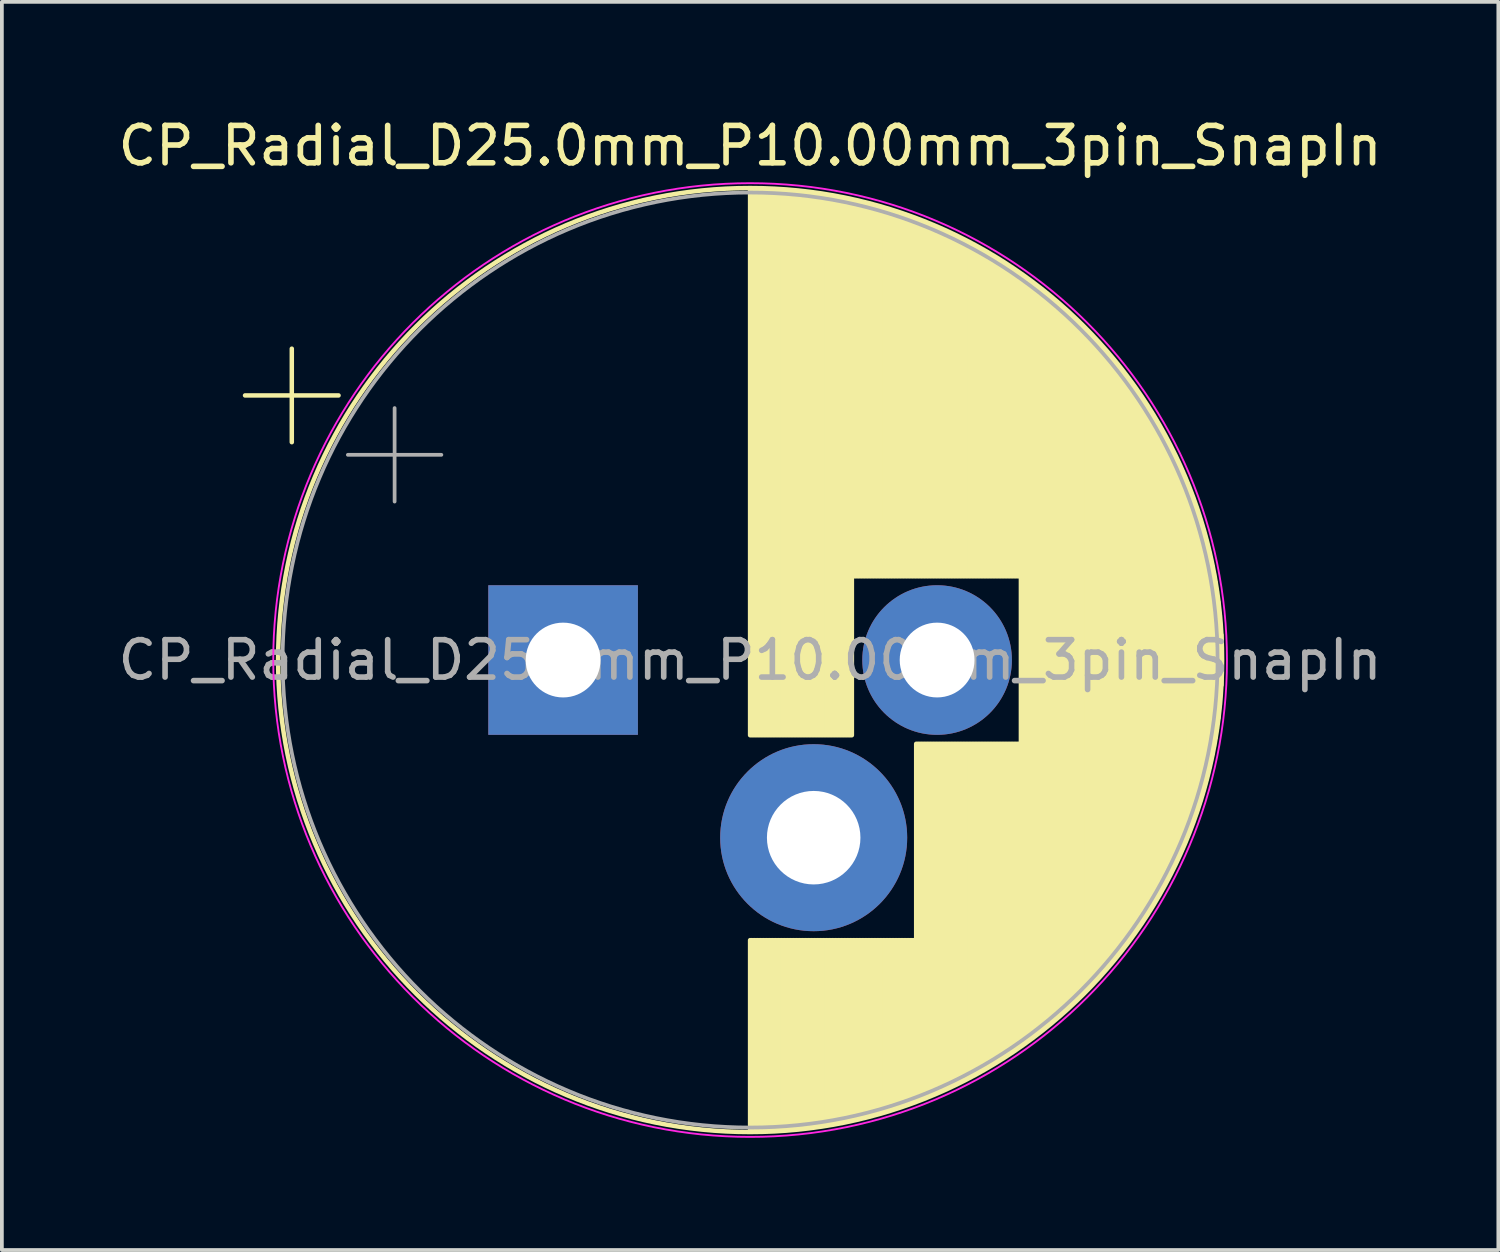
<source format=kicad_pcb>
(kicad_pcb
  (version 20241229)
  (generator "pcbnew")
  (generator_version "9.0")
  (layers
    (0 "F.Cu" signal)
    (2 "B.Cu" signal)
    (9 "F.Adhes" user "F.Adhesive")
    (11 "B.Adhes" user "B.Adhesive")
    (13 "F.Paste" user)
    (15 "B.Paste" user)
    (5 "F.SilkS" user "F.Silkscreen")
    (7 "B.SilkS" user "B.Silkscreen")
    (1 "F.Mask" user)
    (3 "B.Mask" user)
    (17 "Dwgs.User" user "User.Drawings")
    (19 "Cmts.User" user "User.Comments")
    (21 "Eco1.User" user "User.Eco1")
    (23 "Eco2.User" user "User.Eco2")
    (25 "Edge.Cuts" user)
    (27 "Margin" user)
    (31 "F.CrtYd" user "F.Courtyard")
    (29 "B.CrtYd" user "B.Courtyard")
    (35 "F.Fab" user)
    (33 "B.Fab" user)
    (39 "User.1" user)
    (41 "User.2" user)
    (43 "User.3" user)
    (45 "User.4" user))
  (footprint "CP_Radial_D25.0mm_P10.00mm_3pin_SnapIn"
    (layer "F.Cu")
    (at 12.006 14.598)
    (property "Reference" "CP_Radial_D25.0mm_P10.00mm_3pin_SnapIn" (at 5 -13.75 0) (layer "F.SilkS") (effects (font (size 1 1) (thickness 0.15))))
    (attr through_hole)
    (fp_line (start -8.504 -7.075) (end -6.004 -7.075) (stroke (width 0.12) (type solid)) (layer "F.SilkS"))
    (fp_line (start -7.254 -8.325) (end -7.254 -5.825) (stroke (width 0.12) (type solid)) (layer "F.SilkS"))
    (fp_line (start 5 -12.581) (end 5 2.01) (stroke (width 0.12) (type solid)) (layer "F.SilkS"))
    (fp_line (start 5 7.49) (end 5 12.581) (stroke (width 0.12) (type solid)) (layer "F.SilkS"))
    (fp_line (start 5.04 -12.58) (end 5.04 2.01) (stroke (width 0.12) (type solid)) (layer "F.SilkS"))
    (fp_line (start 5.04 7.49) (end 5.04 12.58) (stroke (width 0.12) (type solid)) (layer "F.SilkS"))
    (fp_line (start 5.08 -12.58) (end 5.08 2.01) (stroke (width 0.12) (type solid)) (layer "F.SilkS"))
    (fp_line (start 5.08 7.49) (end 5.08 12.58) (stroke (width 0.12) (type solid)) (layer "F.SilkS"))
    (fp_line (start 5.12 -12.58) (end 5.12 2.01) (stroke (width 0.12) (type solid)) (layer "F.SilkS"))
    (fp_line (start 5.12 7.49) (end 5.12 12.58) (stroke (width 0.12) (type solid)) (layer "F.SilkS"))
    (fp_line (start 5.16 -12.579) (end 5.16 2.01) (stroke (width 0.12) (type solid)) (layer "F.SilkS"))
    (fp_line (start 5.16 7.49) (end 5.16 12.579) (stroke (width 0.12) (type solid)) (layer "F.SilkS"))
    (fp_line (start 5.2 -12.579) (end 5.2 2.01) (stroke (width 0.12) (type solid)) (layer "F.SilkS"))
    (fp_line (start 5.2 7.49) (end 5.2 12.579) (stroke (width 0.12) (type solid)) (layer "F.SilkS"))
    (fp_line (start 5.24 -12.578) (end 5.24 2.01) (stroke (width 0.12) (type solid)) (layer "F.SilkS"))
    (fp_line (start 5.24 7.49) (end 5.24 12.578) (stroke (width 0.12) (type solid)) (layer "F.SilkS"))
    (fp_line (start 5.28 -12.577) (end 5.28 2.01) (stroke (width 0.12) (type solid)) (layer "F.SilkS"))
    (fp_line (start 5.28 7.49) (end 5.28 12.577) (stroke (width 0.12) (type solid)) (layer "F.SilkS"))
    (fp_line (start 5.32 -12.576) (end 5.32 2.01) (stroke (width 0.12) (type solid)) (layer "F.SilkS"))
    (fp_line (start 5.32 7.49) (end 5.32 12.576) (stroke (width 0.12) (type solid)) (layer "F.SilkS"))
    (fp_line (start 5.36 -12.575) (end 5.36 2.01) (stroke (width 0.12) (type solid)) (layer "F.SilkS"))
    (fp_line (start 5.36 7.49) (end 5.36 12.575) (stroke (width 0.12) (type solid)) (layer "F.SilkS"))
    (fp_line (start 5.4 -12.574) (end 5.4 2.01) (stroke (width 0.12) (type solid)) (layer "F.SilkS"))
    (fp_line (start 5.4 7.49) (end 5.4 12.574) (stroke (width 0.12) (type solid)) (layer "F.SilkS"))
    (fp_line (start 5.44 -12.573) (end 5.44 2.01) (stroke (width 0.12) (type solid)) (layer "F.SilkS"))
    (fp_line (start 5.44 7.49) (end 5.44 12.573) (stroke (width 0.12) (type solid)) (layer "F.SilkS"))
    (fp_line (start 5.48 -12.571) (end 5.48 2.01) (stroke (width 0.12) (type solid)) (layer "F.SilkS"))
    (fp_line (start 5.48 7.49) (end 5.48 12.571) (stroke (width 0.12) (type solid)) (layer "F.SilkS"))
    (fp_line (start 5.52 -12.57) (end 5.52 2.01) (stroke (width 0.12) (type solid)) (layer "F.SilkS"))
    (fp_line (start 5.52 7.49) (end 5.52 12.57) (stroke (width 0.12) (type solid)) (layer "F.SilkS"))
    (fp_line (start 5.56 -12.568) (end 5.56 2.01) (stroke (width 0.12) (type solid)) (layer "F.SilkS"))
    (fp_line (start 5.56 7.49) (end 5.56 12.568) (stroke (width 0.12) (type solid)) (layer "F.SilkS"))
    (fp_line (start 5.6 -12.566) (end 5.6 2.01) (stroke (width 0.12) (type solid)) (layer "F.SilkS"))
    (fp_line (start 5.6 7.49) (end 5.6 12.566) (stroke (width 0.12) (type solid)) (layer "F.SilkS"))
    (fp_line (start 5.64 -12.564) (end 5.64 2.01) (stroke (width 0.12) (type solid)) (layer "F.SilkS"))
    (fp_line (start 5.64 7.49) (end 5.64 12.564) (stroke (width 0.12) (type solid)) (layer "F.SilkS"))
    (fp_line (start 5.68 -12.562) (end 5.68 2.01) (stroke (width 0.12) (type solid)) (layer "F.SilkS"))
    (fp_line (start 5.68 7.49) (end 5.68 12.562) (stroke (width 0.12) (type solid)) (layer "F.SilkS"))
    (fp_line (start 5.721 -12.56) (end 5.721 2.01) (stroke (width 0.12) (type solid)) (layer "F.SilkS"))
    (fp_line (start 5.721 7.49) (end 5.721 12.56) (stroke (width 0.12) (type solid)) (layer "F.SilkS"))
    (fp_line (start 5.761 -12.558) (end 5.761 2.01) (stroke (width 0.12) (type solid)) (layer "F.SilkS"))
    (fp_line (start 5.761 7.49) (end 5.761 12.558) (stroke (width 0.12) (type solid)) (layer "F.SilkS"))
    (fp_line (start 5.801 -12.555) (end 5.801 2.01) (stroke (width 0.12) (type solid)) (layer "F.SilkS"))
    (fp_line (start 5.801 7.49) (end 5.801 12.555) (stroke (width 0.12) (type solid)) (layer "F.SilkS"))
    (fp_line (start 5.841 -12.553) (end 5.841 2.01) (stroke (width 0.12) (type solid)) (layer "F.SilkS"))
    (fp_line (start 5.841 7.49) (end 5.841 12.553) (stroke (width 0.12) (type solid)) (layer "F.SilkS"))
    (fp_line (start 5.881 -12.55) (end 5.881 2.01) (stroke (width 0.12) (type solid)) (layer "F.SilkS"))
    (fp_line (start 5.881 7.49) (end 5.881 12.55) (stroke (width 0.12) (type solid)) (layer "F.SilkS"))
    (fp_line (start 5.921 -12.547) (end 5.921 2.01) (stroke (width 0.12) (type solid)) (layer "F.SilkS"))
    (fp_line (start 5.921 7.49) (end 5.921 12.547) (stroke (width 0.12) (type solid)) (layer "F.SilkS"))
    (fp_line (start 5.961 -12.544) (end 5.961 2.01) (stroke (width 0.12) (type solid)) (layer "F.SilkS"))
    (fp_line (start 5.961 7.49) (end 5.961 12.544) (stroke (width 0.12) (type solid)) (layer "F.SilkS"))
    (fp_line (start 6.001 -12.541) (end 6.001 2.01) (stroke (width 0.12) (type solid)) (layer "F.SilkS"))
    (fp_line (start 6.001 7.49) (end 6.001 12.541) (stroke (width 0.12) (type solid)) (layer "F.SilkS"))
    (fp_line (start 6.041 -12.538) (end 6.041 2.01) (stroke (width 0.12) (type solid)) (layer "F.SilkS"))
    (fp_line (start 6.041 7.49) (end 6.041 12.538) (stroke (width 0.12) (type solid)) (layer "F.SilkS"))
    (fp_line (start 6.081 -12.534) (end 6.081 2.01) (stroke (width 0.12) (type solid)) (layer "F.SilkS"))
    (fp_line (start 6.081 7.49) (end 6.081 12.534) (stroke (width 0.12) (type solid)) (layer "F.SilkS"))
    (fp_line (start 6.121 -12.531) (end 6.121 2.01) (stroke (width 0.12) (type solid)) (layer "F.SilkS"))
    (fp_line (start 6.121 7.49) (end 6.121 12.531) (stroke (width 0.12) (type solid)) (layer "F.SilkS"))
    (fp_line (start 6.161 -12.527) (end 6.161 2.01) (stroke (width 0.12) (type solid)) (layer "F.SilkS"))
    (fp_line (start 6.161 7.49) (end 6.161 12.527) (stroke (width 0.12) (type solid)) (layer "F.SilkS"))
    (fp_line (start 6.201 -12.523) (end 6.201 2.01) (stroke (width 0.12) (type solid)) (layer "F.SilkS"))
    (fp_line (start 6.201 7.49) (end 6.201 12.523) (stroke (width 0.12) (type solid)) (layer "F.SilkS"))
    (fp_line (start 6.241 -12.519) (end 6.241 2.01) (stroke (width 0.12) (type solid)) (layer "F.SilkS"))
    (fp_line (start 6.241 7.49) (end 6.241 12.519) (stroke (width 0.12) (type solid)) (layer "F.SilkS"))
    (fp_line (start 6.281 -12.515) (end 6.281 2.01) (stroke (width 0.12) (type solid)) (layer "F.SilkS"))
    (fp_line (start 6.281 7.49) (end 6.281 12.515) (stroke (width 0.12) (type solid)) (layer "F.SilkS"))
    (fp_line (start 6.321 -12.511) (end 6.321 2.01) (stroke (width 0.12) (type solid)) (layer "F.SilkS"))
    (fp_line (start 6.321 7.49) (end 6.321 12.511) (stroke (width 0.12) (type solid)) (layer "F.SilkS"))
    (fp_line (start 6.361 -12.507) (end 6.361 2.01) (stroke (width 0.12) (type solid)) (layer "F.SilkS"))
    (fp_line (start 6.361 7.49) (end 6.361 12.507) (stroke (width 0.12) (type solid)) (layer "F.SilkS"))
    (fp_line (start 6.401 -12.503) (end 6.401 2.01) (stroke (width 0.12) (type solid)) (layer "F.SilkS"))
    (fp_line (start 6.401 7.49) (end 6.401 12.503) (stroke (width 0.12) (type solid)) (layer "F.SilkS"))
    (fp_line (start 6.441 -12.498) (end 6.441 2.01) (stroke (width 0.12) (type solid)) (layer "F.SilkS"))
    (fp_line (start 6.441 7.49) (end 6.441 12.498) (stroke (width 0.12) (type solid)) (layer "F.SilkS"))
    (fp_line (start 6.481 -12.493) (end 6.481 2.01) (stroke (width 0.12) (type solid)) (layer "F.SilkS"))
    (fp_line (start 6.481 7.49) (end 6.481 12.493) (stroke (width 0.12) (type solid)) (layer "F.SilkS"))
    (fp_line (start 6.521 -12.489) (end 6.521 2.01) (stroke (width 0.12) (type solid)) (layer "F.SilkS"))
    (fp_line (start 6.521 7.49) (end 6.521 12.489) (stroke (width 0.12) (type solid)) (layer "F.SilkS"))
    (fp_line (start 6.561 -12.484) (end 6.561 2.01) (stroke (width 0.12) (type solid)) (layer "F.SilkS"))
    (fp_line (start 6.561 7.49) (end 6.561 12.484) (stroke (width 0.12) (type solid)) (layer "F.SilkS"))
    (fp_line (start 6.601 -12.479) (end 6.601 2.01) (stroke (width 0.12) (type solid)) (layer "F.SilkS"))
    (fp_line (start 6.601 7.49) (end 6.601 12.479) (stroke (width 0.12) (type solid)) (layer "F.SilkS"))
    (fp_line (start 6.641 -12.473) (end 6.641 2.01) (stroke (width 0.12) (type solid)) (layer "F.SilkS"))
    (fp_line (start 6.641 7.49) (end 6.641 12.473) (stroke (width 0.12) (type solid)) (layer "F.SilkS"))
    (fp_line (start 6.681 -12.468) (end 6.681 2.01) (stroke (width 0.12) (type solid)) (layer "F.SilkS"))
    (fp_line (start 6.681 7.49) (end 6.681 12.468) (stroke (width 0.12) (type solid)) (layer "F.SilkS"))
    (fp_line (start 6.721 -12.463) (end 6.721 2.01) (stroke (width 0.12) (type solid)) (layer "F.SilkS"))
    (fp_line (start 6.721 7.49) (end 6.721 12.463) (stroke (width 0.12) (type solid)) (layer "F.SilkS"))
    (fp_line (start 6.761 -12.457) (end 6.761 2.01) (stroke (width 0.12) (type solid)) (layer "F.SilkS"))
    (fp_line (start 6.761 7.49) (end 6.761 12.457) (stroke (width 0.12) (type solid)) (layer "F.SilkS"))
    (fp_line (start 6.801 -12.451) (end 6.801 2.01) (stroke (width 0.12) (type solid)) (layer "F.SilkS"))
    (fp_line (start 6.801 7.49) (end 6.801 12.451) (stroke (width 0.12) (type solid)) (layer "F.SilkS"))
    (fp_line (start 6.841 -12.446) (end 6.841 2.01) (stroke (width 0.12) (type solid)) (layer "F.SilkS"))
    (fp_line (start 6.841 7.49) (end 6.841 12.446) (stroke (width 0.12) (type solid)) (layer "F.SilkS"))
    (fp_line (start 6.881 -12.44) (end 6.881 2.01) (stroke (width 0.12) (type solid)) (layer "F.SilkS"))
    (fp_line (start 6.881 7.49) (end 6.881 12.44) (stroke (width 0.12) (type solid)) (layer "F.SilkS"))
    (fp_line (start 6.921 -12.434) (end 6.921 2.01) (stroke (width 0.12) (type solid)) (layer "F.SilkS"))
    (fp_line (start 6.921 7.49) (end 6.921 12.434) (stroke (width 0.12) (type solid)) (layer "F.SilkS"))
    (fp_line (start 6.961 -12.427) (end 6.961 2.01) (stroke (width 0.12) (type solid)) (layer "F.SilkS"))
    (fp_line (start 6.961 7.49) (end 6.961 12.427) (stroke (width 0.12) (type solid)) (layer "F.SilkS"))
    (fp_line (start 7.001 -12.421) (end 7.001 2.01) (stroke (width 0.12) (type solid)) (layer "F.SilkS"))
    (fp_line (start 7.001 7.49) (end 7.001 12.421) (stroke (width 0.12) (type solid)) (layer "F.SilkS"))
    (fp_line (start 7.041 -12.415) (end 7.041 2.01) (stroke (width 0.12) (type solid)) (layer "F.SilkS"))
    (fp_line (start 7.041 7.49) (end 7.041 12.415) (stroke (width 0.12) (type solid)) (layer "F.SilkS"))
    (fp_line (start 7.081 -12.408) (end 7.081 2.01) (stroke (width 0.12) (type solid)) (layer "F.SilkS"))
    (fp_line (start 7.081 7.49) (end 7.081 12.408) (stroke (width 0.12) (type solid)) (layer "F.SilkS"))
    (fp_line (start 7.121 -12.401) (end 7.121 2.01) (stroke (width 0.12) (type solid)) (layer "F.SilkS"))
    (fp_line (start 7.121 7.49) (end 7.121 12.401) (stroke (width 0.12) (type solid)) (layer "F.SilkS"))
    (fp_line (start 7.161 -12.394) (end 7.161 2.01) (stroke (width 0.12) (type solid)) (layer "F.SilkS"))
    (fp_line (start 7.161 7.49) (end 7.161 12.394) (stroke (width 0.12) (type solid)) (layer "F.SilkS"))
    (fp_line (start 7.201 -12.387) (end 7.201 2.01) (stroke (width 0.12) (type solid)) (layer "F.SilkS"))
    (fp_line (start 7.201 7.49) (end 7.201 12.387) (stroke (width 0.12) (type solid)) (layer "F.SilkS"))
    (fp_line (start 7.241 -12.38) (end 7.241 2.01) (stroke (width 0.12) (type solid)) (layer "F.SilkS"))
    (fp_line (start 7.241 7.49) (end 7.241 12.38) (stroke (width 0.12) (type solid)) (layer "F.SilkS"))
    (fp_line (start 7.281 -12.373) (end 7.281 2.01) (stroke (width 0.12) (type solid)) (layer "F.SilkS"))
    (fp_line (start 7.281 7.49) (end 7.281 12.373) (stroke (width 0.12) (type solid)) (layer "F.SilkS"))
    (fp_line (start 7.321 -12.365) (end 7.321 2.01) (stroke (width 0.12) (type solid)) (layer "F.SilkS"))
    (fp_line (start 7.321 7.49) (end 7.321 12.365) (stroke (width 0.12) (type solid)) (layer "F.SilkS"))
    (fp_line (start 7.361 -12.358) (end 7.361 2.01) (stroke (width 0.12) (type solid)) (layer "F.SilkS"))
    (fp_line (start 7.361 7.49) (end 7.361 12.358) (stroke (width 0.12) (type solid)) (layer "F.SilkS"))
    (fp_line (start 7.401 -12.35) (end 7.401 2.01) (stroke (width 0.12) (type solid)) (layer "F.SilkS"))
    (fp_line (start 7.401 7.49) (end 7.401 12.35) (stroke (width 0.12) (type solid)) (layer "F.SilkS"))
    (fp_line (start 7.441 -12.342) (end 7.441 2.01) (stroke (width 0.12) (type solid)) (layer "F.SilkS"))
    (fp_line (start 7.441 7.49) (end 7.441 12.342) (stroke (width 0.12) (type solid)) (layer "F.SilkS"))
    (fp_line (start 7.481 -12.334) (end 7.481 2.01) (stroke (width 0.12) (type solid)) (layer "F.SilkS"))
    (fp_line (start 7.481 7.49) (end 7.481 12.334) (stroke (width 0.12) (type solid)) (layer "F.SilkS"))
    (fp_line (start 7.521 -12.326) (end 7.521 2.01) (stroke (width 0.12) (type solid)) (layer "F.SilkS"))
    (fp_line (start 7.521 7.49) (end 7.521 12.326) (stroke (width 0.12) (type solid)) (layer "F.SilkS"))
    (fp_line (start 7.561 -12.318) (end 7.561 2.01) (stroke (width 0.12) (type solid)) (layer "F.SilkS"))
    (fp_line (start 7.561 7.49) (end 7.561 12.318) (stroke (width 0.12) (type solid)) (layer "F.SilkS"))
    (fp_line (start 7.601 -12.31) (end 7.601 2.01) (stroke (width 0.12) (type solid)) (layer "F.SilkS"))
    (fp_line (start 7.601 7.49) (end 7.601 12.31) (stroke (width 0.12) (type solid)) (layer "F.SilkS"))
    (fp_line (start 7.641 -12.301) (end 7.641 2.01) (stroke (width 0.12) (type solid)) (layer "F.SilkS"))
    (fp_line (start 7.641 7.49) (end 7.641 12.301) (stroke (width 0.12) (type solid)) (layer "F.SilkS"))
    (fp_line (start 7.681 -12.293) (end 7.681 2.01) (stroke (width 0.12) (type solid)) (layer "F.SilkS"))
    (fp_line (start 7.681 7.49) (end 7.681 12.293) (stroke (width 0.12) (type solid)) (layer "F.SilkS"))
    (fp_line (start 7.721 -12.284) (end 7.721 2.01) (stroke (width 0.12) (type solid)) (layer "F.SilkS"))
    (fp_line (start 7.721 7.49) (end 7.721 12.284) (stroke (width 0.12) (type solid)) (layer "F.SilkS"))
    (fp_line (start 7.761 -12.275) (end 7.761 -2.24) (stroke (width 0.12) (type solid)) (layer "F.SilkS"))
    (fp_line (start 7.761 7.49) (end 7.761 12.275) (stroke (width 0.12) (type solid)) (layer "F.SilkS"))
    (fp_line (start 7.801 -12.266) (end 7.801 -2.24) (stroke (width 0.12) (type solid)) (layer "F.SilkS"))
    (fp_line (start 7.801 7.49) (end 7.801 12.266) (stroke (width 0.12) (type solid)) (layer "F.SilkS"))
    (fp_line (start 7.841 -12.257) (end 7.841 -2.24) (stroke (width 0.12) (type solid)) (layer "F.SilkS"))
    (fp_line (start 7.841 7.49) (end 7.841 12.257) (stroke (width 0.12) (type solid)) (layer "F.SilkS"))
    (fp_line (start 7.881 -12.247) (end 7.881 -2.24) (stroke (width 0.12) (type solid)) (layer "F.SilkS"))
    (fp_line (start 7.881 7.49) (end 7.881 12.247) (stroke (width 0.12) (type solid)) (layer "F.SilkS"))
    (fp_line (start 7.921 -12.238) (end 7.921 -2.24) (stroke (width 0.12) (type solid)) (layer "F.SilkS"))
    (fp_line (start 7.921 7.49) (end 7.921 12.238) (stroke (width 0.12) (type solid)) (layer "F.SilkS"))
    (fp_line (start 7.961 -12.228) (end 7.961 -2.24) (stroke (width 0.12) (type solid)) (layer "F.SilkS"))
    (fp_line (start 7.961 7.49) (end 7.961 12.228) (stroke (width 0.12) (type solid)) (layer "F.SilkS"))
    (fp_line (start 8.001 -12.219) (end 8.001 -2.24) (stroke (width 0.12) (type solid)) (layer "F.SilkS"))
    (fp_line (start 8.001 7.49) (end 8.001 12.219) (stroke (width 0.12) (type solid)) (layer "F.SilkS"))
    (fp_line (start 8.041 -12.209) (end 8.041 -2.24) (stroke (width 0.12) (type solid)) (layer "F.SilkS"))
    (fp_line (start 8.041 7.49) (end 8.041 12.209) (stroke (width 0.12) (type solid)) (layer "F.SilkS"))
    (fp_line (start 8.081 -12.199) (end 8.081 -2.24) (stroke (width 0.12) (type solid)) (layer "F.SilkS"))
    (fp_line (start 8.081 7.49) (end 8.081 12.199) (stroke (width 0.12) (type solid)) (layer "F.SilkS"))
    (fp_line (start 8.121 -12.189) (end 8.121 -2.24) (stroke (width 0.12) (type solid)) (layer "F.SilkS"))
    (fp_line (start 8.121 7.49) (end 8.121 12.189) (stroke (width 0.12) (type solid)) (layer "F.SilkS"))
    (fp_line (start 8.161 -12.178) (end 8.161 -2.24) (stroke (width 0.12) (type solid)) (layer "F.SilkS"))
    (fp_line (start 8.161 7.49) (end 8.161 12.178) (stroke (width 0.12) (type solid)) (layer "F.SilkS"))
    (fp_line (start 8.201 -12.168) (end 8.201 -2.24) (stroke (width 0.12) (type solid)) (layer "F.SilkS"))
    (fp_line (start 8.201 7.49) (end 8.201 12.168) (stroke (width 0.12) (type solid)) (layer "F.SilkS"))
    (fp_line (start 8.241 -12.157) (end 8.241 -2.24) (stroke (width 0.12) (type solid)) (layer "F.SilkS"))
    (fp_line (start 8.241 7.49) (end 8.241 12.157) (stroke (width 0.12) (type solid)) (layer "F.SilkS"))
    (fp_line (start 8.281 -12.147) (end 8.281 -2.24) (stroke (width 0.12) (type solid)) (layer "F.SilkS"))
    (fp_line (start 8.281 7.49) (end 8.281 12.147) (stroke (width 0.12) (type solid)) (layer "F.SilkS"))
    (fp_line (start 8.321 -12.136) (end 8.321 -2.24) (stroke (width 0.12) (type solid)) (layer "F.SilkS"))
    (fp_line (start 8.321 7.49) (end 8.321 12.136) (stroke (width 0.12) (type solid)) (layer "F.SilkS"))
    (fp_line (start 8.361 -12.125) (end 8.361 -2.24) (stroke (width 0.12) (type solid)) (layer "F.SilkS"))
    (fp_line (start 8.361 7.49) (end 8.361 12.125) (stroke (width 0.12) (type solid)) (layer "F.SilkS"))
    (fp_line (start 8.401 -12.114) (end 8.401 -2.24) (stroke (width 0.12) (type solid)) (layer "F.SilkS"))
    (fp_line (start 8.401 7.49) (end 8.401 12.114) (stroke (width 0.12) (type solid)) (layer "F.SilkS"))
    (fp_line (start 8.441 -12.103) (end 8.441 -2.24) (stroke (width 0.12) (type solid)) (layer "F.SilkS"))
    (fp_line (start 8.441 7.49) (end 8.441 12.103) (stroke (width 0.12) (type solid)) (layer "F.SilkS"))
    (fp_line (start 8.481 -12.091) (end 8.481 -2.24) (stroke (width 0.12) (type solid)) (layer "F.SilkS"))
    (fp_line (start 8.481 7.49) (end 8.481 12.091) (stroke (width 0.12) (type solid)) (layer "F.SilkS"))
    (fp_line (start 8.521 -12.08) (end 8.521 -2.24) (stroke (width 0.12) (type solid)) (layer "F.SilkS"))
    (fp_line (start 8.521 7.49) (end 8.521 12.08) (stroke (width 0.12) (type solid)) (layer "F.SilkS"))
    (fp_line (start 8.561 -12.068) (end 8.561 -2.24) (stroke (width 0.12) (type solid)) (layer "F.SilkS"))
    (fp_line (start 8.561 7.49) (end 8.561 12.068) (stroke (width 0.12) (type solid)) (layer "F.SilkS"))
    (fp_line (start 8.601 -12.056) (end 8.601 -2.24) (stroke (width 0.12) (type solid)) (layer "F.SilkS"))
    (fp_line (start 8.601 7.49) (end 8.601 12.056) (stroke (width 0.12) (type solid)) (layer "F.SilkS"))
    (fp_line (start 8.641 -12.044) (end 8.641 -2.24) (stroke (width 0.12) (type solid)) (layer "F.SilkS"))
    (fp_line (start 8.641 7.49) (end 8.641 12.044) (stroke (width 0.12) (type solid)) (layer "F.SilkS"))
    (fp_line (start 8.681 -12.032) (end 8.681 -2.24) (stroke (width 0.12) (type solid)) (layer "F.SilkS"))
    (fp_line (start 8.681 7.49) (end 8.681 12.032) (stroke (width 0.12) (type solid)) (layer "F.SilkS"))
    (fp_line (start 8.721 -12.02) (end 8.721 -2.24) (stroke (width 0.12) (type solid)) (layer "F.SilkS"))
    (fp_line (start 8.721 7.49) (end 8.721 12.02) (stroke (width 0.12) (type solid)) (layer "F.SilkS"))
    (fp_line (start 8.761 -12.007) (end 8.761 -2.24) (stroke (width 0.12) (type solid)) (layer "F.SilkS"))
    (fp_line (start 8.761 7.49) (end 8.761 12.007) (stroke (width 0.12) (type solid)) (layer "F.SilkS"))
    (fp_line (start 8.801 -11.995) (end 8.801 -2.24) (stroke (width 0.12) (type solid)) (layer "F.SilkS"))
    (fp_line (start 8.801 7.49) (end 8.801 11.995) (stroke (width 0.12) (type solid)) (layer "F.SilkS"))
    (fp_line (start 8.841 -11.982) (end 8.841 -2.24) (stroke (width 0.12) (type solid)) (layer "F.SilkS"))
    (fp_line (start 8.841 7.49) (end 8.841 11.982) (stroke (width 0.12) (type solid)) (layer "F.SilkS"))
    (fp_line (start 8.881 -11.969) (end 8.881 -2.24) (stroke (width 0.12) (type solid)) (layer "F.SilkS"))
    (fp_line (start 8.881 7.49) (end 8.881 11.969) (stroke (width 0.12) (type solid)) (layer "F.SilkS"))
    (fp_line (start 8.921 -11.956) (end 8.921 -2.24) (stroke (width 0.12) (type solid)) (layer "F.SilkS"))
    (fp_line (start 8.921 7.49) (end 8.921 11.956) (stroke (width 0.12) (type solid)) (layer "F.SilkS"))
    (fp_line (start 8.961 -11.943) (end 8.961 -2.24) (stroke (width 0.12) (type solid)) (layer "F.SilkS"))
    (fp_line (start 8.961 7.49) (end 8.961 11.943) (stroke (width 0.12) (type solid)) (layer "F.SilkS"))
    (fp_line (start 9.001 -11.93) (end 9.001 -2.24) (stroke (width 0.12) (type solid)) (layer "F.SilkS"))
    (fp_line (start 9.001 7.49) (end 9.001 11.93) (stroke (width 0.12) (type solid)) (layer "F.SilkS"))
    (fp_line (start 9.041 -11.916) (end 9.041 -2.24) (stroke (width 0.12) (type solid)) (layer "F.SilkS"))
    (fp_line (start 9.041 7.49) (end 9.041 11.916) (stroke (width 0.12) (type solid)) (layer "F.SilkS"))
    (fp_line (start 9.081 -11.903) (end 9.081 -2.24) (stroke (width 0.12) (type solid)) (layer "F.SilkS"))
    (fp_line (start 9.081 7.49) (end 9.081 11.903) (stroke (width 0.12) (type solid)) (layer "F.SilkS"))
    (fp_line (start 9.121 -11.889) (end 9.121 -2.24) (stroke (width 0.12) (type solid)) (layer "F.SilkS"))
    (fp_line (start 9.121 7.49) (end 9.121 11.889) (stroke (width 0.12) (type solid)) (layer "F.SilkS"))
    (fp_line (start 9.161 -11.875) (end 9.161 -2.24) (stroke (width 0.12) (type solid)) (layer "F.SilkS"))
    (fp_line (start 9.161 7.49) (end 9.161 11.875) (stroke (width 0.12) (type solid)) (layer "F.SilkS"))
    (fp_line (start 9.201 -11.861) (end 9.201 -2.24) (stroke (width 0.12) (type solid)) (layer "F.SilkS"))
    (fp_line (start 9.201 7.49) (end 9.201 11.861) (stroke (width 0.12) (type solid)) (layer "F.SilkS"))
    (fp_line (start 9.241 -11.847) (end 9.241 -2.24) (stroke (width 0.12) (type solid)) (layer "F.SilkS"))
    (fp_line (start 9.241 7.49) (end 9.241 11.847) (stroke (width 0.12) (type solid)) (layer "F.SilkS"))
    (fp_line (start 9.281 -11.833) (end 9.281 -2.24) (stroke (width 0.12) (type solid)) (layer "F.SilkS"))
    (fp_line (start 9.281 7.49) (end 9.281 11.833) (stroke (width 0.12) (type solid)) (layer "F.SilkS"))
    (fp_line (start 9.321 -11.818) (end 9.321 -2.24) (stroke (width 0.12) (type solid)) (layer "F.SilkS"))
    (fp_line (start 9.321 7.49) (end 9.321 11.818) (stroke (width 0.12) (type solid)) (layer "F.SilkS"))
    (fp_line (start 9.361 -11.803) (end 9.361 -2.24) (stroke (width 0.12) (type solid)) (layer "F.SilkS"))
    (fp_line (start 9.361 7.49) (end 9.361 11.803) (stroke (width 0.12) (type solid)) (layer "F.SilkS"))
    (fp_line (start 9.401 -11.789) (end 9.401 -2.24) (stroke (width 0.12) (type solid)) (layer "F.SilkS"))
    (fp_line (start 9.401 7.49) (end 9.401 11.789) (stroke (width 0.12) (type solid)) (layer "F.SilkS"))
    (fp_line (start 9.441 -11.774) (end 9.441 -2.24) (stroke (width 0.12) (type solid)) (layer "F.SilkS"))
    (fp_line (start 9.441 2.24) (end 9.441 11.774) (stroke (width 0.12) (type solid)) (layer "F.SilkS"))
    (fp_line (start 9.481 -11.759) (end 9.481 -2.24) (stroke (width 0.12) (type solid)) (layer "F.SilkS"))
    (fp_line (start 9.481 2.24) (end 9.481 11.759) (stroke (width 0.12) (type solid)) (layer "F.SilkS"))
    (fp_line (start 9.521 -11.743) (end 9.521 -2.24) (stroke (width 0.12) (type solid)) (layer "F.SilkS"))
    (fp_line (start 9.521 2.24) (end 9.521 11.743) (stroke (width 0.12) (type solid)) (layer "F.SilkS"))
    (fp_line (start 9.561 -11.728) (end 9.561 -2.24) (stroke (width 0.12) (type solid)) (layer "F.SilkS"))
    (fp_line (start 9.561 2.24) (end 9.561 11.728) (stroke (width 0.12) (type solid)) (layer "F.SilkS"))
    (fp_line (start 9.601 -11.712) (end 9.601 -2.24) (stroke (width 0.12) (type solid)) (layer "F.SilkS"))
    (fp_line (start 9.601 2.24) (end 9.601 11.712) (stroke (width 0.12) (type solid)) (layer "F.SilkS"))
    (fp_line (start 9.641 -11.697) (end 9.641 -2.24) (stroke (width 0.12) (type solid)) (layer "F.SilkS"))
    (fp_line (start 9.641 2.24) (end 9.641 11.697) (stroke (width 0.12) (type solid)) (layer "F.SilkS"))
    (fp_line (start 9.681 -11.681) (end 9.681 -2.24) (stroke (width 0.12) (type solid)) (layer "F.SilkS"))
    (fp_line (start 9.681 2.24) (end 9.681 11.681) (stroke (width 0.12) (type solid)) (layer "F.SilkS"))
    (fp_line (start 9.721 -11.665) (end 9.721 -2.24) (stroke (width 0.12) (type solid)) (layer "F.SilkS"))
    (fp_line (start 9.721 2.24) (end 9.721 11.665) (stroke (width 0.12) (type solid)) (layer "F.SilkS"))
    (fp_line (start 9.761 -11.648) (end 9.761 -2.24) (stroke (width 0.12) (type solid)) (layer "F.SilkS"))
    (fp_line (start 9.761 2.24) (end 9.761 11.648) (stroke (width 0.12) (type solid)) (layer "F.SilkS"))
    (fp_line (start 9.801 -11.632) (end 9.801 -2.24) (stroke (width 0.12) (type solid)) (layer "F.SilkS"))
    (fp_line (start 9.801 2.24) (end 9.801 11.632) (stroke (width 0.12) (type solid)) (layer "F.SilkS"))
    (fp_line (start 9.841 -11.615) (end 9.841 -2.24) (stroke (width 0.12) (type solid)) (layer "F.SilkS"))
    (fp_line (start 9.841 2.24) (end 9.841 11.615) (stroke (width 0.12) (type solid)) (layer "F.SilkS"))
    (fp_line (start 9.881 -11.599) (end 9.881 -2.24) (stroke (width 0.12) (type solid)) (layer "F.SilkS"))
    (fp_line (start 9.881 2.24) (end 9.881 11.599) (stroke (width 0.12) (type solid)) (layer "F.SilkS"))
    (fp_line (start 9.921 -11.582) (end 9.921 -2.24) (stroke (width 0.12) (type solid)) (layer "F.SilkS"))
    (fp_line (start 9.921 2.24) (end 9.921 11.582) (stroke (width 0.12) (type solid)) (layer "F.SilkS"))
    (fp_line (start 9.961 -11.565) (end 9.961 -2.24) (stroke (width 0.12) (type solid)) (layer "F.SilkS"))
    (fp_line (start 9.961 2.24) (end 9.961 11.565) (stroke (width 0.12) (type solid)) (layer "F.SilkS"))
    (fp_line (start 10.001 -11.548) (end 10.001 -2.24) (stroke (width 0.12) (type solid)) (layer "F.SilkS"))
    (fp_line (start 10.001 2.24) (end 10.001 11.548) (stroke (width 0.12) (type solid)) (layer "F.SilkS"))
    (fp_line (start 10.041 -11.53) (end 10.041 -2.24) (stroke (width 0.12) (type solid)) (layer "F.SilkS"))
    (fp_line (start 10.041 2.24) (end 10.041 11.53) (stroke (width 0.12) (type solid)) (layer "F.SilkS"))
    (fp_line (start 10.081 -11.513) (end 10.081 -2.24) (stroke (width 0.12) (type solid)) (layer "F.SilkS"))
    (fp_line (start 10.081 2.24) (end 10.081 11.513) (stroke (width 0.12) (type solid)) (layer "F.SilkS"))
    (fp_line (start 10.121 -11.495) (end 10.121 -2.24) (stroke (width 0.12) (type solid)) (layer "F.SilkS"))
    (fp_line (start 10.121 2.24) (end 10.121 11.495) (stroke (width 0.12) (type solid)) (layer "F.SilkS"))
    (fp_line (start 10.161 -11.477) (end 10.161 -2.24) (stroke (width 0.12) (type solid)) (layer "F.SilkS"))
    (fp_line (start 10.161 2.24) (end 10.161 11.477) (stroke (width 0.12) (type solid)) (layer "F.SilkS"))
    (fp_line (start 10.201 -11.459) (end 10.201 -2.24) (stroke (width 0.12) (type solid)) (layer "F.SilkS"))
    (fp_line (start 10.201 2.24) (end 10.201 11.459) (stroke (width 0.12) (type solid)) (layer "F.SilkS"))
    (fp_line (start 10.241 -11.441) (end 10.241 -2.24) (stroke (width 0.12) (type solid)) (layer "F.SilkS"))
    (fp_line (start 10.241 2.24) (end 10.241 11.441) (stroke (width 0.12) (type solid)) (layer "F.SilkS"))
    (fp_line (start 10.281 -11.423) (end 10.281 -2.24) (stroke (width 0.12) (type solid)) (layer "F.SilkS"))
    (fp_line (start 10.281 2.24) (end 10.281 11.423) (stroke (width 0.12) (type solid)) (layer "F.SilkS"))
    (fp_line (start 10.321 -11.404) (end 10.321 -2.24) (stroke (width 0.12) (type solid)) (layer "F.SilkS"))
    (fp_line (start 10.321 2.24) (end 10.321 11.404) (stroke (width 0.12) (type solid)) (layer "F.SilkS"))
    (fp_line (start 10.361 -11.386) (end 10.361 -2.24) (stroke (width 0.12) (type solid)) (layer "F.SilkS"))
    (fp_line (start 10.361 2.24) (end 10.361 11.386) (stroke (width 0.12) (type solid)) (layer "F.SilkS"))
    (fp_line (start 10.401 -11.367) (end 10.401 -2.24) (stroke (width 0.12) (type solid)) (layer "F.SilkS"))
    (fp_line (start 10.401 2.24) (end 10.401 11.367) (stroke (width 0.12) (type solid)) (layer "F.SilkS"))
    (fp_line (start 10.441 -11.348) (end 10.441 -2.24) (stroke (width 0.12) (type solid)) (layer "F.SilkS"))
    (fp_line (start 10.441 2.24) (end 10.441 11.348) (stroke (width 0.12) (type solid)) (layer "F.SilkS"))
    (fp_line (start 10.481 -11.329) (end 10.481 -2.24) (stroke (width 0.12) (type solid)) (layer "F.SilkS"))
    (fp_line (start 10.481 2.24) (end 10.481 11.329) (stroke (width 0.12) (type solid)) (layer "F.SilkS"))
    (fp_line (start 10.521 -11.309) (end 10.521 -2.24) (stroke (width 0.12) (type solid)) (layer "F.SilkS"))
    (fp_line (start 10.521 2.24) (end 10.521 11.309) (stroke (width 0.12) (type solid)) (layer "F.SilkS"))
    (fp_line (start 10.561 -11.29) (end 10.561 -2.24) (stroke (width 0.12) (type solid)) (layer "F.SilkS"))
    (fp_line (start 10.561 2.24) (end 10.561 11.29) (stroke (width 0.12) (type solid)) (layer "F.SilkS"))
    (fp_line (start 10.601 -11.27) (end 10.601 -2.24) (stroke (width 0.12) (type solid)) (layer "F.SilkS"))
    (fp_line (start 10.601 2.24) (end 10.601 11.27) (stroke (width 0.12) (type solid)) (layer "F.SilkS"))
    (fp_line (start 10.641 -11.25) (end 10.641 -2.24) (stroke (width 0.12) (type solid)) (layer "F.SilkS"))
    (fp_line (start 10.641 2.24) (end 10.641 11.25) (stroke (width 0.12) (type solid)) (layer "F.SilkS"))
    (fp_line (start 10.681 -11.23) (end 10.681 -2.24) (stroke (width 0.12) (type solid)) (layer "F.SilkS"))
    (fp_line (start 10.681 2.24) (end 10.681 11.23) (stroke (width 0.12) (type solid)) (layer "F.SilkS"))
    (fp_line (start 10.721 -11.21) (end 10.721 -2.24) (stroke (width 0.12) (type solid)) (layer "F.SilkS"))
    (fp_line (start 10.721 2.24) (end 10.721 11.21) (stroke (width 0.12) (type solid)) (layer "F.SilkS"))
    (fp_line (start 10.761 -11.189) (end 10.761 -2.24) (stroke (width 0.12) (type solid)) (layer "F.SilkS"))
    (fp_line (start 10.761 2.24) (end 10.761 11.189) (stroke (width 0.12) (type solid)) (layer "F.SilkS"))
    (fp_line (start 10.801 -11.169) (end 10.801 -2.24) (stroke (width 0.12) (type solid)) (layer "F.SilkS"))
    (fp_line (start 10.801 2.24) (end 10.801 11.169) (stroke (width 0.12) (type solid)) (layer "F.SilkS"))
    (fp_line (start 10.841 -11.148) (end 10.841 -2.24) (stroke (width 0.12) (type solid)) (layer "F.SilkS"))
    (fp_line (start 10.841 2.24) (end 10.841 11.148) (stroke (width 0.12) (type solid)) (layer "F.SilkS"))
    (fp_line (start 10.881 -11.127) (end 10.881 -2.24) (stroke (width 0.12) (type solid)) (layer "F.SilkS"))
    (fp_line (start 10.881 2.24) (end 10.881 11.127) (stroke (width 0.12) (type solid)) (layer "F.SilkS"))
    (fp_line (start 10.921 -11.106) (end 10.921 -2.24) (stroke (width 0.12) (type solid)) (layer "F.SilkS"))
    (fp_line (start 10.921 2.24) (end 10.921 11.106) (stroke (width 0.12) (type solid)) (layer "F.SilkS"))
    (fp_line (start 10.961 -11.084) (end 10.961 -2.24) (stroke (width 0.12) (type solid)) (layer "F.SilkS"))
    (fp_line (start 10.961 2.24) (end 10.961 11.084) (stroke (width 0.12) (type solid)) (layer "F.SilkS"))
    (fp_line (start 11.001 -11.063) (end 11.001 -2.24) (stroke (width 0.12) (type solid)) (layer "F.SilkS"))
    (fp_line (start 11.001 2.24) (end 11.001 11.063) (stroke (width 0.12) (type solid)) (layer "F.SilkS"))
    (fp_line (start 11.041 -11.041) (end 11.041 -2.24) (stroke (width 0.12) (type solid)) (layer "F.SilkS"))
    (fp_line (start 11.041 2.24) (end 11.041 11.041) (stroke (width 0.12) (type solid)) (layer "F.SilkS"))
    (fp_line (start 11.081 -11.019) (end 11.081 -2.24) (stroke (width 0.12) (type solid)) (layer "F.SilkS"))
    (fp_line (start 11.081 2.24) (end 11.081 11.019) (stroke (width 0.12) (type solid)) (layer "F.SilkS"))
    (fp_line (start 11.121 -10.997) (end 11.121 -2.24) (stroke (width 0.12) (type solid)) (layer "F.SilkS"))
    (fp_line (start 11.121 2.24) (end 11.121 10.997) (stroke (width 0.12) (type solid)) (layer "F.SilkS"))
    (fp_line (start 11.161 -10.975) (end 11.161 -2.24) (stroke (width 0.12) (type solid)) (layer "F.SilkS"))
    (fp_line (start 11.161 2.24) (end 11.161 10.975) (stroke (width 0.12) (type solid)) (layer "F.SilkS"))
    (fp_line (start 11.201 -10.953) (end 11.201 -2.24) (stroke (width 0.12) (type solid)) (layer "F.SilkS"))
    (fp_line (start 11.201 2.24) (end 11.201 10.953) (stroke (width 0.12) (type solid)) (layer "F.SilkS"))
    (fp_line (start 11.241 -10.93) (end 11.241 -2.24) (stroke (width 0.12) (type solid)) (layer "F.SilkS"))
    (fp_line (start 11.241 2.24) (end 11.241 10.93) (stroke (width 0.12) (type solid)) (layer "F.SilkS"))
    (fp_line (start 11.281 -10.907) (end 11.281 -2.24) (stroke (width 0.12) (type solid)) (layer "F.SilkS"))
    (fp_line (start 11.281 2.24) (end 11.281 10.907) (stroke (width 0.12) (type solid)) (layer "F.SilkS"))
    (fp_line (start 11.321 -10.884) (end 11.321 -2.24) (stroke (width 0.12) (type solid)) (layer "F.SilkS"))
    (fp_line (start 11.321 2.24) (end 11.321 10.884) (stroke (width 0.12) (type solid)) (layer "F.SilkS"))
    (fp_line (start 11.361 -10.861) (end 11.361 -2.24) (stroke (width 0.12) (type solid)) (layer "F.SilkS"))
    (fp_line (start 11.361 2.24) (end 11.361 10.861) (stroke (width 0.12) (type solid)) (layer "F.SilkS"))
    (fp_line (start 11.401 -10.837) (end 11.401 -2.24) (stroke (width 0.12) (type solid)) (layer "F.SilkS"))
    (fp_line (start 11.401 2.24) (end 11.401 10.837) (stroke (width 0.12) (type solid)) (layer "F.SilkS"))
    (fp_line (start 11.441 -10.814) (end 11.441 -2.24) (stroke (width 0.12) (type solid)) (layer "F.SilkS"))
    (fp_line (start 11.441 2.24) (end 11.441 10.814) (stroke (width 0.12) (type solid)) (layer "F.SilkS"))
    (fp_line (start 11.481 -10.79) (end 11.481 -2.24) (stroke (width 0.12) (type solid)) (layer "F.SilkS"))
    (fp_line (start 11.481 2.24) (end 11.481 10.79) (stroke (width 0.12) (type solid)) (layer "F.SilkS"))
    (fp_line (start 11.521 -10.766) (end 11.521 -2.24) (stroke (width 0.12) (type solid)) (layer "F.SilkS"))
    (fp_line (start 11.521 2.24) (end 11.521 10.766) (stroke (width 0.12) (type solid)) (layer "F.SilkS"))
    (fp_line (start 11.561 -10.742) (end 11.561 -2.24) (stroke (width 0.12) (type solid)) (layer "F.SilkS"))
    (fp_line (start 11.561 2.24) (end 11.561 10.742) (stroke (width 0.12) (type solid)) (layer "F.SilkS"))
    (fp_line (start 11.601 -10.717) (end 11.601 -2.24) (stroke (width 0.12) (type solid)) (layer "F.SilkS"))
    (fp_line (start 11.601 2.24) (end 11.601 10.717) (stroke (width 0.12) (type solid)) (layer "F.SilkS"))
    (fp_line (start 11.641 -10.692) (end 11.641 -2.24) (stroke (width 0.12) (type solid)) (layer "F.SilkS"))
    (fp_line (start 11.641 2.24) (end 11.641 10.692) (stroke (width 0.12) (type solid)) (layer "F.SilkS"))
    (fp_line (start 11.681 -10.668) (end 11.681 -2.24) (stroke (width 0.12) (type solid)) (layer "F.SilkS"))
    (fp_line (start 11.681 2.24) (end 11.681 10.668) (stroke (width 0.12) (type solid)) (layer "F.SilkS"))
    (fp_line (start 11.721 -10.643) (end 11.721 -2.24) (stroke (width 0.12) (type solid)) (layer "F.SilkS"))
    (fp_line (start 11.721 2.24) (end 11.721 10.643) (stroke (width 0.12) (type solid)) (layer "F.SilkS"))
    (fp_line (start 11.761 -10.617) (end 11.761 -2.24) (stroke (width 0.12) (type solid)) (layer "F.SilkS"))
    (fp_line (start 11.761 2.24) (end 11.761 10.617) (stroke (width 0.12) (type solid)) (layer "F.SilkS"))
    (fp_line (start 11.801 -10.592) (end 11.801 -2.24) (stroke (width 0.12) (type solid)) (layer "F.SilkS"))
    (fp_line (start 11.801 2.24) (end 11.801 10.592) (stroke (width 0.12) (type solid)) (layer "F.SilkS"))
    (fp_line (start 11.841 -10.566) (end 11.841 -2.24) (stroke (width 0.12) (type solid)) (layer "F.SilkS"))
    (fp_line (start 11.841 2.24) (end 11.841 10.566) (stroke (width 0.12) (type solid)) (layer "F.SilkS"))
    (fp_line (start 11.881 -10.54) (end 11.881 -2.24) (stroke (width 0.12) (type solid)) (layer "F.SilkS"))
    (fp_line (start 11.881 2.24) (end 11.881 10.54) (stroke (width 0.12) (type solid)) (layer "F.SilkS"))
    (fp_line (start 11.921 -10.514) (end 11.921 -2.24) (stroke (width 0.12) (type solid)) (layer "F.SilkS"))
    (fp_line (start 11.921 2.24) (end 11.921 10.514) (stroke (width 0.12) (type solid)) (layer "F.SilkS"))
    (fp_line (start 11.961 -10.488) (end 11.961 -2.24) (stroke (width 0.12) (type solid)) (layer "F.SilkS"))
    (fp_line (start 11.961 2.24) (end 11.961 10.488) (stroke (width 0.12) (type solid)) (layer "F.SilkS"))
    (fp_line (start 12.001 -10.461) (end 12.001 -2.24) (stroke (width 0.12) (type solid)) (layer "F.SilkS"))
    (fp_line (start 12.001 2.24) (end 12.001 10.461) (stroke (width 0.12) (type solid)) (layer "F.SilkS"))
    (fp_line (start 12.041 -10.434) (end 12.041 -2.24) (stroke (width 0.12) (type solid)) (layer "F.SilkS"))
    (fp_line (start 12.041 2.24) (end 12.041 10.434) (stroke (width 0.12) (type solid)) (layer "F.SilkS"))
    (fp_line (start 12.081 -10.407) (end 12.081 -2.24) (stroke (width 0.12) (type solid)) (layer "F.SilkS"))
    (fp_line (start 12.081 2.24) (end 12.081 10.407) (stroke (width 0.12) (type solid)) (layer "F.SilkS"))
    (fp_line (start 12.121 -10.38) (end 12.121 -2.24) (stroke (width 0.12) (type solid)) (layer "F.SilkS"))
    (fp_line (start 12.121 2.24) (end 12.121 10.38) (stroke (width 0.12) (type solid)) (layer "F.SilkS"))
    (fp_line (start 12.161 -10.353) (end 12.161 -2.24) (stroke (width 0.12) (type solid)) (layer "F.SilkS"))
    (fp_line (start 12.161 2.24) (end 12.161 10.353) (stroke (width 0.12) (type solid)) (layer "F.SilkS"))
    (fp_line (start 12.201 -10.325) (end 12.201 -2.24) (stroke (width 0.12) (type solid)) (layer "F.SilkS"))
    (fp_line (start 12.201 2.24) (end 12.201 10.325) (stroke (width 0.12) (type solid)) (layer "F.SilkS"))
    (fp_line (start 12.241 -10.297) (end 12.241 10.297) (stroke (width 0.12) (type solid)) (layer "F.SilkS"))
    (fp_line (start 12.281 -10.269) (end 12.281 10.269) (stroke (width 0.12) (type solid)) (layer "F.SilkS"))
    (fp_line (start 12.321 -10.241) (end 12.321 10.241) (stroke (width 0.12) (type solid)) (layer "F.SilkS"))
    (fp_line (start 12.361 -10.212) (end 12.361 10.212) (stroke (width 0.12) (type solid)) (layer "F.SilkS"))
    (fp_line (start 12.401 -10.183) (end 12.401 10.183) (stroke (width 0.12) (type solid)) (layer "F.SilkS"))
    (fp_line (start 12.441 -10.154) (end 12.441 10.154) (stroke (width 0.12) (type solid)) (layer "F.SilkS"))
    (fp_line (start 12.481 -10.125) (end 12.481 10.125) (stroke (width 0.12) (type solid)) (layer "F.SilkS"))
    (fp_line (start 12.521 -10.095) (end 12.521 10.095) (stroke (width 0.12) (type solid)) (layer "F.SilkS"))
    (fp_line (start 12.561 -10.065) (end 12.561 10.065) (stroke (width 0.12) (type solid)) (layer "F.SilkS"))
    (fp_line (start 12.601 -10.035) (end 12.601 10.035) (stroke (width 0.12) (type solid)) (layer "F.SilkS"))
    (fp_line (start 12.641 -10.005) (end 12.641 10.005) (stroke (width 0.12) (type solid)) (layer "F.SilkS"))
    (fp_line (start 12.681 -9.975) (end 12.681 9.975) (stroke (width 0.12) (type solid)) (layer "F.SilkS"))
    (fp_line (start 12.721 -9.944) (end 12.721 9.944) (stroke (width 0.12) (type solid)) (layer "F.SilkS"))
    (fp_line (start 12.761 -9.913) (end 12.761 9.913) (stroke (width 0.12) (type solid)) (layer "F.SilkS"))
    (fp_line (start 12.801 -9.881) (end 12.801 9.881) (stroke (width 0.12) (type solid)) (layer "F.SilkS"))
    (fp_line (start 12.841 -9.85) (end 12.841 9.85) (stroke (width 0.12) (type solid)) (layer "F.SilkS"))
    (fp_line (start 12.881 -9.818) (end 12.881 9.818) (stroke (width 0.12) (type solid)) (layer "F.SilkS"))
    (fp_line (start 12.921 -9.786) (end 12.921 9.786) (stroke (width 0.12) (type solid)) (layer "F.SilkS"))
    (fp_line (start 12.961 -9.753) (end 12.961 9.753) (stroke (width 0.12) (type solid)) (layer "F.SilkS"))
    (fp_line (start 13.001 -9.721) (end 13.001 9.721) (stroke (width 0.12) (type solid)) (layer "F.SilkS"))
    (fp_line (start 13.041 -9.688) (end 13.041 9.688) (stroke (width 0.12) (type solid)) (layer "F.SilkS"))
    (fp_line (start 13.081 -9.655) (end 13.081 9.655) (stroke (width 0.12) (type solid)) (layer "F.SilkS"))
    (fp_line (start 13.121 -9.621) (end 13.121 9.621) (stroke (width 0.12) (type solid)) (layer "F.SilkS"))
    (fp_line (start 13.161 -9.587) (end 13.161 9.587) (stroke (width 0.12) (type solid)) (layer "F.SilkS"))
    (fp_line (start 13.2 -9.553) (end 13.2 9.553) (stroke (width 0.12) (type solid)) (layer "F.SilkS"))
    (fp_line (start 13.24 -9.519) (end 13.24 9.519) (stroke (width 0.12) (type solid)) (layer "F.SilkS"))
    (fp_line (start 13.28 -9.484) (end 13.28 9.484) (stroke (width 0.12) (type solid)) (layer "F.SilkS"))
    (fp_line (start 13.32 -9.45) (end 13.32 9.45) (stroke (width 0.12) (type solid)) (layer "F.SilkS"))
    (fp_line (start 13.36 -9.414) (end 13.36 9.414) (stroke (width 0.12) (type solid)) (layer "F.SilkS"))
    (fp_line (start 13.4 -9.379) (end 13.4 9.379) (stroke (width 0.12) (type solid)) (layer "F.SilkS"))
    (fp_line (start 13.44 -9.343) (end 13.44 9.343) (stroke (width 0.12) (type solid)) (layer "F.SilkS"))
    (fp_line (start 13.48 -9.307) (end 13.48 9.307) (stroke (width 0.12) (type solid)) (layer "F.SilkS"))
    (fp_line (start 13.52 -9.27) (end 13.52 9.27) (stroke (width 0.12) (type solid)) (layer "F.SilkS"))
    (fp_line (start 13.56 -9.234) (end 13.56 9.234) (stroke (width 0.12) (type solid)) (layer "F.SilkS"))
    (fp_line (start 13.6 -9.197) (end 13.6 9.197) (stroke (width 0.12) (type solid)) (layer "F.SilkS"))
    (fp_line (start 13.64 -9.159) (end 13.64 9.159) (stroke (width 0.12) (type solid)) (layer "F.SilkS"))
    (fp_line (start 13.68 -9.121) (end 13.68 9.121) (stroke (width 0.12) (type solid)) (layer "F.SilkS"))
    (fp_line (start 13.72 -9.083) (end 13.72 9.083) (stroke (width 0.12) (type solid)) (layer "F.SilkS"))
    (fp_line (start 13.76 -9.045) (end 13.76 9.045) (stroke (width 0.12) (type solid)) (layer "F.SilkS"))
    (fp_line (start 13.8 -9.006) (end 13.8 9.006) (stroke (width 0.12) (type solid)) (layer "F.SilkS"))
    (fp_line (start 13.84 -8.967) (end 13.84 8.967) (stroke (width 0.12) (type solid)) (layer "F.SilkS"))
    (fp_line (start 13.88 -8.928) (end 13.88 8.928) (stroke (width 0.12) (type solid)) (layer "F.SilkS"))
    (fp_line (start 13.92 -8.888) (end 13.92 8.888) (stroke (width 0.12) (type solid)) (layer "F.SilkS"))
    (fp_line (start 13.96 -8.848) (end 13.96 8.848) (stroke (width 0.12) (type solid)) (layer "F.SilkS"))
    (fp_line (start 14 -8.807) (end 14 8.807) (stroke (width 0.12) (type solid)) (layer "F.SilkS"))
    (fp_line (start 14.04 -8.766) (end 14.04 8.766) (stroke (width 0.12) (type solid)) (layer "F.SilkS"))
    (fp_line (start 14.08 -8.725) (end 14.08 8.725) (stroke (width 0.12) (type solid)) (layer "F.SilkS"))
    (fp_line (start 14.12 -8.683) (end 14.12 8.683) (stroke (width 0.12) (type solid)) (layer "F.SilkS"))
    (fp_line (start 14.16 -8.641) (end 14.16 8.641) (stroke (width 0.12) (type solid)) (layer "F.SilkS"))
    (fp_line (start 14.2 -8.599) (end 14.2 8.599) (stroke (width 0.12) (type solid)) (layer "F.SilkS"))
    (fp_line (start 14.24 -8.556) (end 14.24 8.556) (stroke (width 0.12) (type solid)) (layer "F.SilkS"))
    (fp_line (start 14.28 -8.513) (end 14.28 8.513) (stroke (width 0.12) (type solid)) (layer "F.SilkS"))
    (fp_line (start 14.32 -8.469) (end 14.32 8.469) (stroke (width 0.12) (type solid)) (layer "F.SilkS"))
    (fp_line (start 14.36 -8.425) (end 14.36 8.425) (stroke (width 0.12) (type solid)) (layer "F.SilkS"))
    (fp_line (start 14.4 -8.381) (end 14.4 8.381) (stroke (width 0.12) (type solid)) (layer "F.SilkS"))
    (fp_line (start 14.44 -8.336) (end 14.44 8.336) (stroke (width 0.12) (type solid)) (layer "F.SilkS"))
    (fp_line (start 14.48 -8.291) (end 14.48 8.291) (stroke (width 0.12) (type solid)) (layer "F.SilkS"))
    (fp_line (start 14.52 -8.245) (end 14.52 8.245) (stroke (width 0.12) (type solid)) (layer "F.SilkS"))
    (fp_line (start 14.56 -8.199) (end 14.56 8.199) (stroke (width 0.12) (type solid)) (layer "F.SilkS"))
    (fp_line (start 14.6 -8.152) (end 14.6 8.152) (stroke (width 0.12) (type solid)) (layer "F.SilkS"))
    (fp_line (start 14.64 -8.105) (end 14.64 8.105) (stroke (width 0.12) (type solid)) (layer "F.SilkS"))
    (fp_line (start 14.68 -8.058) (end 14.68 8.058) (stroke (width 0.12) (type solid)) (layer "F.SilkS"))
    (fp_line (start 14.72 -8.009) (end 14.72 8.009) (stroke (width 0.12) (type solid)) (layer "F.SilkS"))
    (fp_line (start 14.76 -7.961) (end 14.76 7.961) (stroke (width 0.12) (type solid)) (layer "F.SilkS"))
    (fp_line (start 14.8 -7.912) (end 14.8 7.912) (stroke (width 0.12) (type solid)) (layer "F.SilkS"))
    (fp_line (start 14.84 -7.862) (end 14.84 7.862) (stroke (width 0.12) (type solid)) (layer "F.SilkS"))
    (fp_line (start 14.88 -7.812) (end 14.88 7.812) (stroke (width 0.12) (type solid)) (layer "F.SilkS"))
    (fp_line (start 14.92 -7.762) (end 14.92 7.762) (stroke (width 0.12) (type solid)) (layer "F.SilkS"))
    (fp_line (start 14.96 -7.711) (end 14.96 7.711) (stroke (width 0.12) (type solid)) (layer "F.SilkS"))
    (fp_line (start 15 -7.659) (end 15 7.659) (stroke (width 0.12) (type solid)) (layer "F.SilkS"))
    (fp_line (start 15.04 -7.607) (end 15.04 7.607) (stroke (width 0.12) (type solid)) (layer "F.SilkS"))
    (fp_line (start 15.08 -7.554) (end 15.08 7.554) (stroke (width 0.12) (type solid)) (layer "F.SilkS"))
    (fp_line (start 15.12 -7.5) (end 15.12 7.5) (stroke (width 0.12) (type solid)) (layer "F.SilkS"))
    (fp_line (start 15.16 -7.446) (end 15.16 7.446) (stroke (width 0.12) (type solid)) (layer "F.SilkS"))
    (fp_line (start 15.2 -7.392) (end 15.2 7.392) (stroke (width 0.12) (type solid)) (layer "F.SilkS"))
    (fp_line (start 15.24 -7.337) (end 15.24 7.337) (stroke (width 0.12) (type solid)) (layer "F.SilkS"))
    (fp_line (start 15.28 -7.281) (end 15.28 7.281) (stroke (width 0.12) (type solid)) (layer "F.SilkS"))
    (fp_line (start 15.32 -7.224) (end 15.32 7.224) (stroke (width 0.12) (type solid)) (layer "F.SilkS"))
    (fp_line (start 15.36 -7.167) (end 15.36 7.167) (stroke (width 0.12) (type solid)) (layer "F.SilkS"))
    (fp_line (start 15.4 -7.109) (end 15.4 7.109) (stroke (width 0.12) (type solid)) (layer "F.SilkS"))
    (fp_line (start 15.44 -7.051) (end 15.44 7.051) (stroke (width 0.12) (type solid)) (layer "F.SilkS"))
    (fp_line (start 15.48 -6.991) (end 15.48 6.991) (stroke (width 0.12) (type solid)) (layer "F.SilkS"))
    (fp_line (start 15.52 -6.931) (end 15.52 6.931) (stroke (width 0.12) (type solid)) (layer "F.SilkS"))
    (fp_line (start 15.56 -6.871) (end 15.56 6.871) (stroke (width 0.12) (type solid)) (layer "F.SilkS"))
    (fp_line (start 15.6 -6.809) (end 15.6 6.809) (stroke (width 0.12) (type solid)) (layer "F.SilkS"))
    (fp_line (start 15.64 -6.747) (end 15.64 6.747) (stroke (width 0.12) (type solid)) (layer "F.SilkS"))
    (fp_line (start 15.68 -6.684) (end 15.68 6.684) (stroke (width 0.12) (type solid)) (layer "F.SilkS"))
    (fp_line (start 15.72 -6.62) (end 15.72 6.62) (stroke (width 0.12) (type solid)) (layer "F.SilkS"))
    (fp_line (start 15.76 -6.555) (end 15.76 6.555) (stroke (width 0.12) (type solid)) (layer "F.SilkS"))
    (fp_line (start 15.8 -6.489) (end 15.8 6.489) (stroke (width 0.12) (type solid)) (layer "F.SilkS"))
    (fp_line (start 15.84 -6.423) (end 15.84 6.423) (stroke (width 0.12) (type solid)) (layer "F.SilkS"))
    (fp_line (start 15.88 -6.355) (end 15.88 6.355) (stroke (width 0.12) (type solid)) (layer "F.SilkS"))
    (fp_line (start 15.92 -6.286) (end 15.92 6.286) (stroke (width 0.12) (type solid)) (layer "F.SilkS"))
    (fp_line (start 15.96 -6.217) (end 15.96 6.217) (stroke (width 0.12) (type solid)) (layer "F.SilkS"))
    (fp_line (start 16 -6.146) (end 16 6.146) (stroke (width 0.12) (type solid)) (layer "F.SilkS"))
    (fp_line (start 16.04 -6.075) (end 16.04 6.075) (stroke (width 0.12) (type solid)) (layer "F.SilkS"))
    (fp_line (start 16.08 -6.002) (end 16.08 6.002) (stroke (width 0.12) (type solid)) (layer "F.SilkS"))
    (fp_line (start 16.12 -5.928) (end 16.12 5.928) (stroke (width 0.12) (type solid)) (layer "F.SilkS"))
    (fp_line (start 16.16 -5.853) (end 16.16 5.853) (stroke (width 0.12) (type solid)) (layer "F.SilkS"))
    (fp_line (start 16.2 -5.776) (end 16.2 5.776) (stroke (width 0.12) (type solid)) (layer "F.SilkS"))
    (fp_line (start 16.24 -5.699) (end 16.24 5.699) (stroke (width 0.12) (type solid)) (layer "F.SilkS"))
    (fp_line (start 16.28 -5.62) (end 16.28 5.62) (stroke (width 0.12) (type solid)) (layer "F.SilkS"))
    (fp_line (start 16.32 -5.539) (end 16.32 5.539) (stroke (width 0.12) (type solid)) (layer "F.SilkS"))
    (fp_line (start 16.36 -5.457) (end 16.36 5.457) (stroke (width 0.12) (type solid)) (layer "F.SilkS"))
    (fp_line (start 16.4 -5.374) (end 16.4 5.374) (stroke (width 0.12) (type solid)) (layer "F.SilkS"))
    (fp_line (start 16.44 -5.289) (end 16.44 5.289) (stroke (width 0.12) (type solid)) (layer "F.SilkS"))
    (fp_line (start 16.48 -5.202) (end 16.48 5.202) (stroke (width 0.12) (type solid)) (layer "F.SilkS"))
    (fp_line (start 16.52 -5.114) (end 16.52 5.114) (stroke (width 0.12) (type solid)) (layer "F.SilkS"))
    (fp_line (start 16.56 -5.023) (end 16.56 5.023) (stroke (width 0.12) (type solid)) (layer "F.SilkS"))
    (fp_line (start 16.6 -4.931) (end 16.6 4.931) (stroke (width 0.12) (type solid)) (layer "F.SilkS"))
    (fp_line (start 16.64 -4.836) (end 16.64 4.836) (stroke (width 0.12) (type solid)) (layer "F.SilkS"))
    (fp_line (start 16.68 -4.74) (end 16.68 4.74) (stroke (width 0.12) (type solid)) (layer "F.SilkS"))
    (fp_line (start 16.72 -4.641) (end 16.72 4.641) (stroke (width 0.12) (type solid)) (layer "F.SilkS"))
    (fp_line (start 16.76 -4.539) (end 16.76 4.539) (stroke (width 0.12) (type solid)) (layer "F.SilkS"))
    (fp_line (start 16.8 -4.435) (end 16.8 4.435) (stroke (width 0.12) (type solid)) (layer "F.SilkS"))
    (fp_line (start 16.84 -4.328) (end 16.84 4.328) (stroke (width 0.12) (type solid)) (layer "F.SilkS"))
    (fp_line (start 16.88 -4.218) (end 16.88 4.218) (stroke (width 0.12) (type solid)) (layer "F.SilkS"))
    (fp_line (start 16.92 -4.105) (end 16.92 4.105) (stroke (width 0.12) (type solid)) (layer "F.SilkS"))
    (fp_line (start 16.96 -3.988) (end 16.96 3.988) (stroke (width 0.12) (type solid)) (layer "F.SilkS"))
    (fp_line (start 17 -3.867) (end 17 3.867) (stroke (width 0.12) (type solid)) (layer "F.SilkS"))
    (fp_line (start 17.04 -3.742) (end 17.04 3.742) (stroke (width 0.12) (type solid)) (layer "F.SilkS"))
    (fp_line (start 17.08 -3.613) (end 17.08 3.613) (stroke (width 0.12) (type solid)) (layer "F.SilkS"))
    (fp_line (start 17.12 -3.478) (end 17.12 3.478) (stroke (width 0.12) (type solid)) (layer "F.SilkS"))
    (fp_line (start 17.16 -3.337) (end 17.16 3.337) (stroke (width 0.12) (type solid)) (layer "F.SilkS"))
    (fp_line (start 17.2 -3.189) (end 17.2 3.189) (stroke (width 0.12) (type solid)) (layer "F.SilkS"))
    (fp_line (start 17.24 -3.034) (end 17.24 3.034) (stroke (width 0.12) (type solid)) (layer "F.SilkS"))
    (fp_line (start 17.28 -2.87) (end 17.28 2.87) (stroke (width 0.12) (type solid)) (layer "F.SilkS"))
    (fp_line (start 17.32 -2.696) (end 17.32 2.696) (stroke (width 0.12) (type solid)) (layer "F.SilkS"))
    (fp_line (start 17.36 -2.509) (end 17.36 2.509) (stroke (width 0.12) (type solid)) (layer "F.SilkS"))
    (fp_line (start 17.4 -2.307) (end 17.4 2.307) (stroke (width 0.12) (type solid)) (layer "F.SilkS"))
    (fp_line (start 17.44 -2.084) (end 17.44 2.084) (stroke (width 0.12) (type solid)) (layer "F.SilkS"))
    (fp_line (start 17.48 -1.835) (end 17.48 1.835) (stroke (width 0.12) (type solid)) (layer "F.SilkS"))
    (fp_line (start 17.52 -1.546) (end 17.52 1.546) (stroke (width 0.12) (type solid)) (layer "F.SilkS"))
    (fp_line (start 17.56 -1.19) (end 17.56 1.19) (stroke (width 0.12) (type solid)) (layer "F.SilkS"))
    (fp_line (start 17.6 -0.671) (end 17.6 0.671) (stroke (width 0.12) (type solid)) (layer "F.SilkS"))
    (fp_circle (center 5 0) (end 17.62 0) (stroke (width 0.12) (type solid)) (fill no) (layer "F.SilkS"))
    (fp_circle (center 5 0) (end 17.75 0) (stroke (width 0.05) (type solid)) (fill no) (layer "F.CrtYd"))
    (fp_line (start -5.755 -5.487) (end -3.255 -5.487) (stroke (width 0.1) (type solid)) (layer "F.Fab"))
    (fp_line (start -4.505 -6.737) (end -4.505 -4.237) (stroke (width 0.1) (type solid)) (layer "F.Fab"))
    (fp_circle (center 5 0) (end 17.5 0) (stroke (width 0.1) (type solid)) (fill no) (layer "F.Fab"))
    (fp_text user "${REFERENCE}" (at 5 0 0) (layer "F.Fab") (effects (font (size 1 1) (thickness 0.15))))
    (pad "1" thru_hole rect (at 0 0) (size 4 4) (drill 2) (layers "*.Cu" "*.Mask"))
    (pad "2" thru_hole circle (at 6.7 4.75) (size 5 5) (drill 2.5) (layers "*.Cu" "*.Mask"))
    (pad "2" thru_hole circle (at 10 0) (size 4 4) (drill 2) (layers "*.Cu" "*.Mask")))
  (gr_rect
    (start -3 -3)
    (end 37.012 30.373)
    (stroke (width 0.1) (type default))
    (fill no)
    (layer "Edge.Cuts")))
</source>
